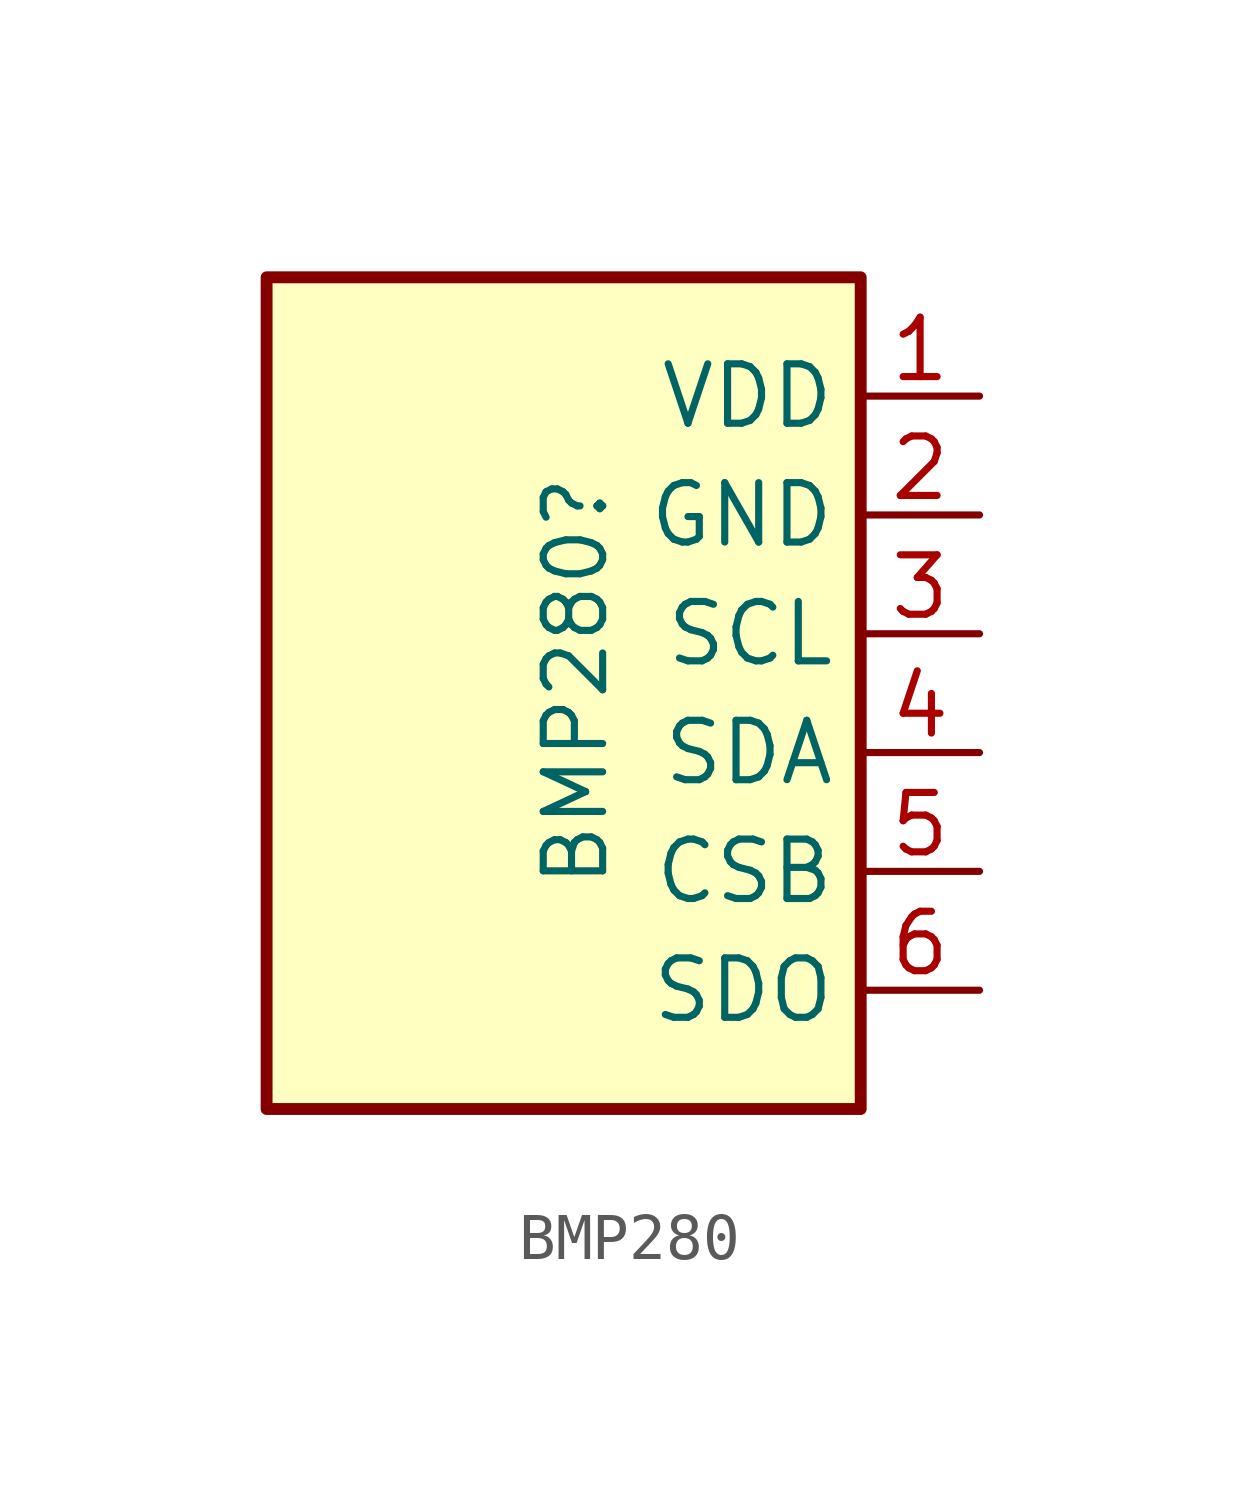
<source format=kicad_sym>
(kicad_symbol_lib
  (version 20231120)
  (generator "kicad_symbol_editor")
  (generator_version "8.0")
  (symbol "BMP280"
    (property "Reference" "BMP280"
      (at 0.254 0.254 90)
      (effects (font (size 1.27 1.27))))
    (symbol "BMP280_0_1"
      (rectangle (start -6.35 8.89) (end 6.35 -8.89) (stroke (width 0.254) (type default)) (fill (type background))))
    (symbol "BMP280_1_1"
      (pin power_in line (at 8.89 6.35 180) (length 2.54) (name "VDD" (effects (font (size 1.27 1.27)))) (number "1" (effects (font (size 1.27 1.27)))))
      (pin power_in line (at 8.89 3.81 180) (length 2.54) (name "GND" (effects (font (size 1.27 1.27)))) (number "2" (effects (font (size 1.27 1.27)))))
      (pin input line (at 8.89 1.27 180) (length 2.54) (name "SCL" (effects (font (size 1.27 1.27)))) (number "3" (effects (font (size 1.27 1.27)))))
      (pin bidirectional line (at 8.89 -1.27 180) (length 2.54) (name "SDA" (effects (font (size 1.27 1.27)))) (number "4" (effects (font (size 1.27 1.27)))))
      (pin input line (at 8.89 -3.81 180) (length 2.54) (name "CSB" (effects (font (size 1.27 1.27)))) (number "5" (effects (font (size 1.27 1.27)))))
      (pin bidirectional line (at 8.89 -6.35 180) (length 2.54) (name "SDO" (effects (font (size 1.27 1.27)))) (number "6" (effects (font (size 1.27 1.27))))))))
</source>
